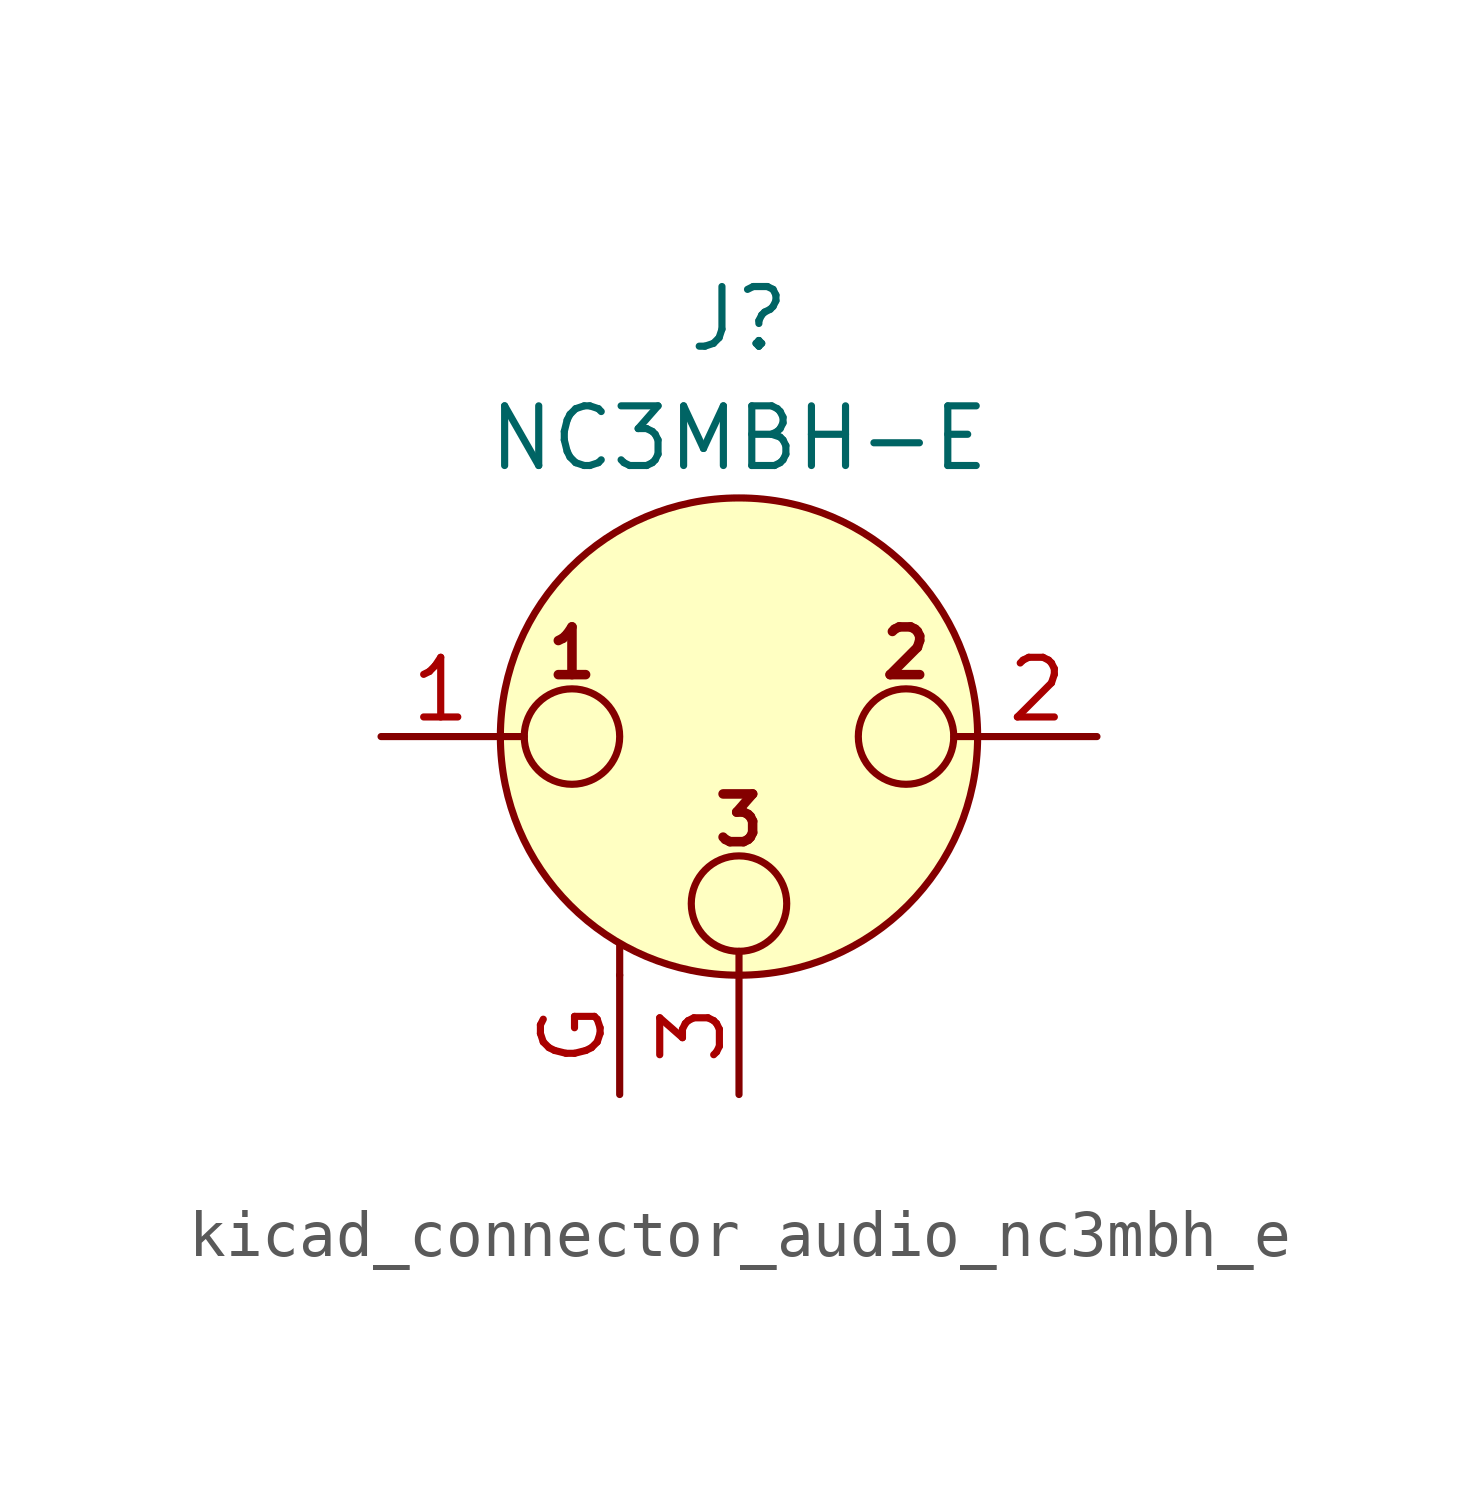
<source format=kicad_sym>
(kicad_symbol_lib
  (version 20220914)
  (generator kicad_symbol_editor)
  (symbol "kicad_connector_audio_nc3mbh_e"
    (pin_names hide)
    (property "Reference" "J"
      (at 0 8.89 0)
      (effects (font (size 1.27 1.27))))
    (property "Value" "NC3MBH-E"
      (at 0 6.35 0)
      (effects (font (size 1.27 1.27))))
    (symbol "kicad_connector_audio_nc3mbh_e_0_1"
      (circle (center -3.556 0) (radius 1.016) (stroke (width 0) (type default)) (fill (type none)))
      (circle (center 0 -3.556) (radius 1.016) (stroke (width 0) (type default)) (fill (type none)))
      (polyline (pts (xy -5.08 0) (xy -4.572 0)) (stroke (width 0) (type default)) (fill (type none)))
      (polyline (pts (xy -2.54 -5.08) (xy -2.54 -4.445)) (stroke (width 0) (type default)) (fill (type none)))
      (polyline (pts (xy 0 -5.08) (xy 0 -4.572)) (stroke (width 0) (type default)) (fill (type none)))
      (polyline (pts (xy 5.08 0) (xy 4.572 0)) (stroke (width 0) (type default)) (fill (type none)))
      (circle (center 0 0) (radius 5.08) (stroke (width 0) (type default)) (fill (type background)))
      (circle (center 3.556 0) (radius 1.016) (stroke (width 0) (type default)) (fill (type none)))
      (text "1" (at -3.556 1.778 0) (effects (font (size 1.016 1.016) bold)))
      (text "2" (at 3.556 1.778 0) (effects (font (size 1.016 1.016) bold)))
      (text "3" (at 0 -1.778 0) (effects (font (size 1.016 1.016) bold)))
      (pin passive line (at -7.62 0 0) (length 2.54) (name "~" (effects (font (size 1.27 1.27)))) (number "1" (effects (font (size 1.27 1.27)))))
      (pin passive line (at 7.62 0 180) (length 2.54) (name "~" (effects (font (size 1.27 1.27)))) (number "2" (effects (font (size 1.27 1.27)))))
      (pin passive line (at 0 -7.62 90) (length 2.54) (name "~" (effects (font (size 1.27 1.27)))) (number "3" (effects (font (size 1.27 1.27))))))
    (symbol "kicad_connector_audio_nc3mbh_e_1_1"
      (pin passive line (at -2.54 -7.62 90) (length 2.54) (name "~" (effects (font (size 1.27 1.27)))) (number "G" (effects (font (size 1.27 1.27))))))))
</source>
